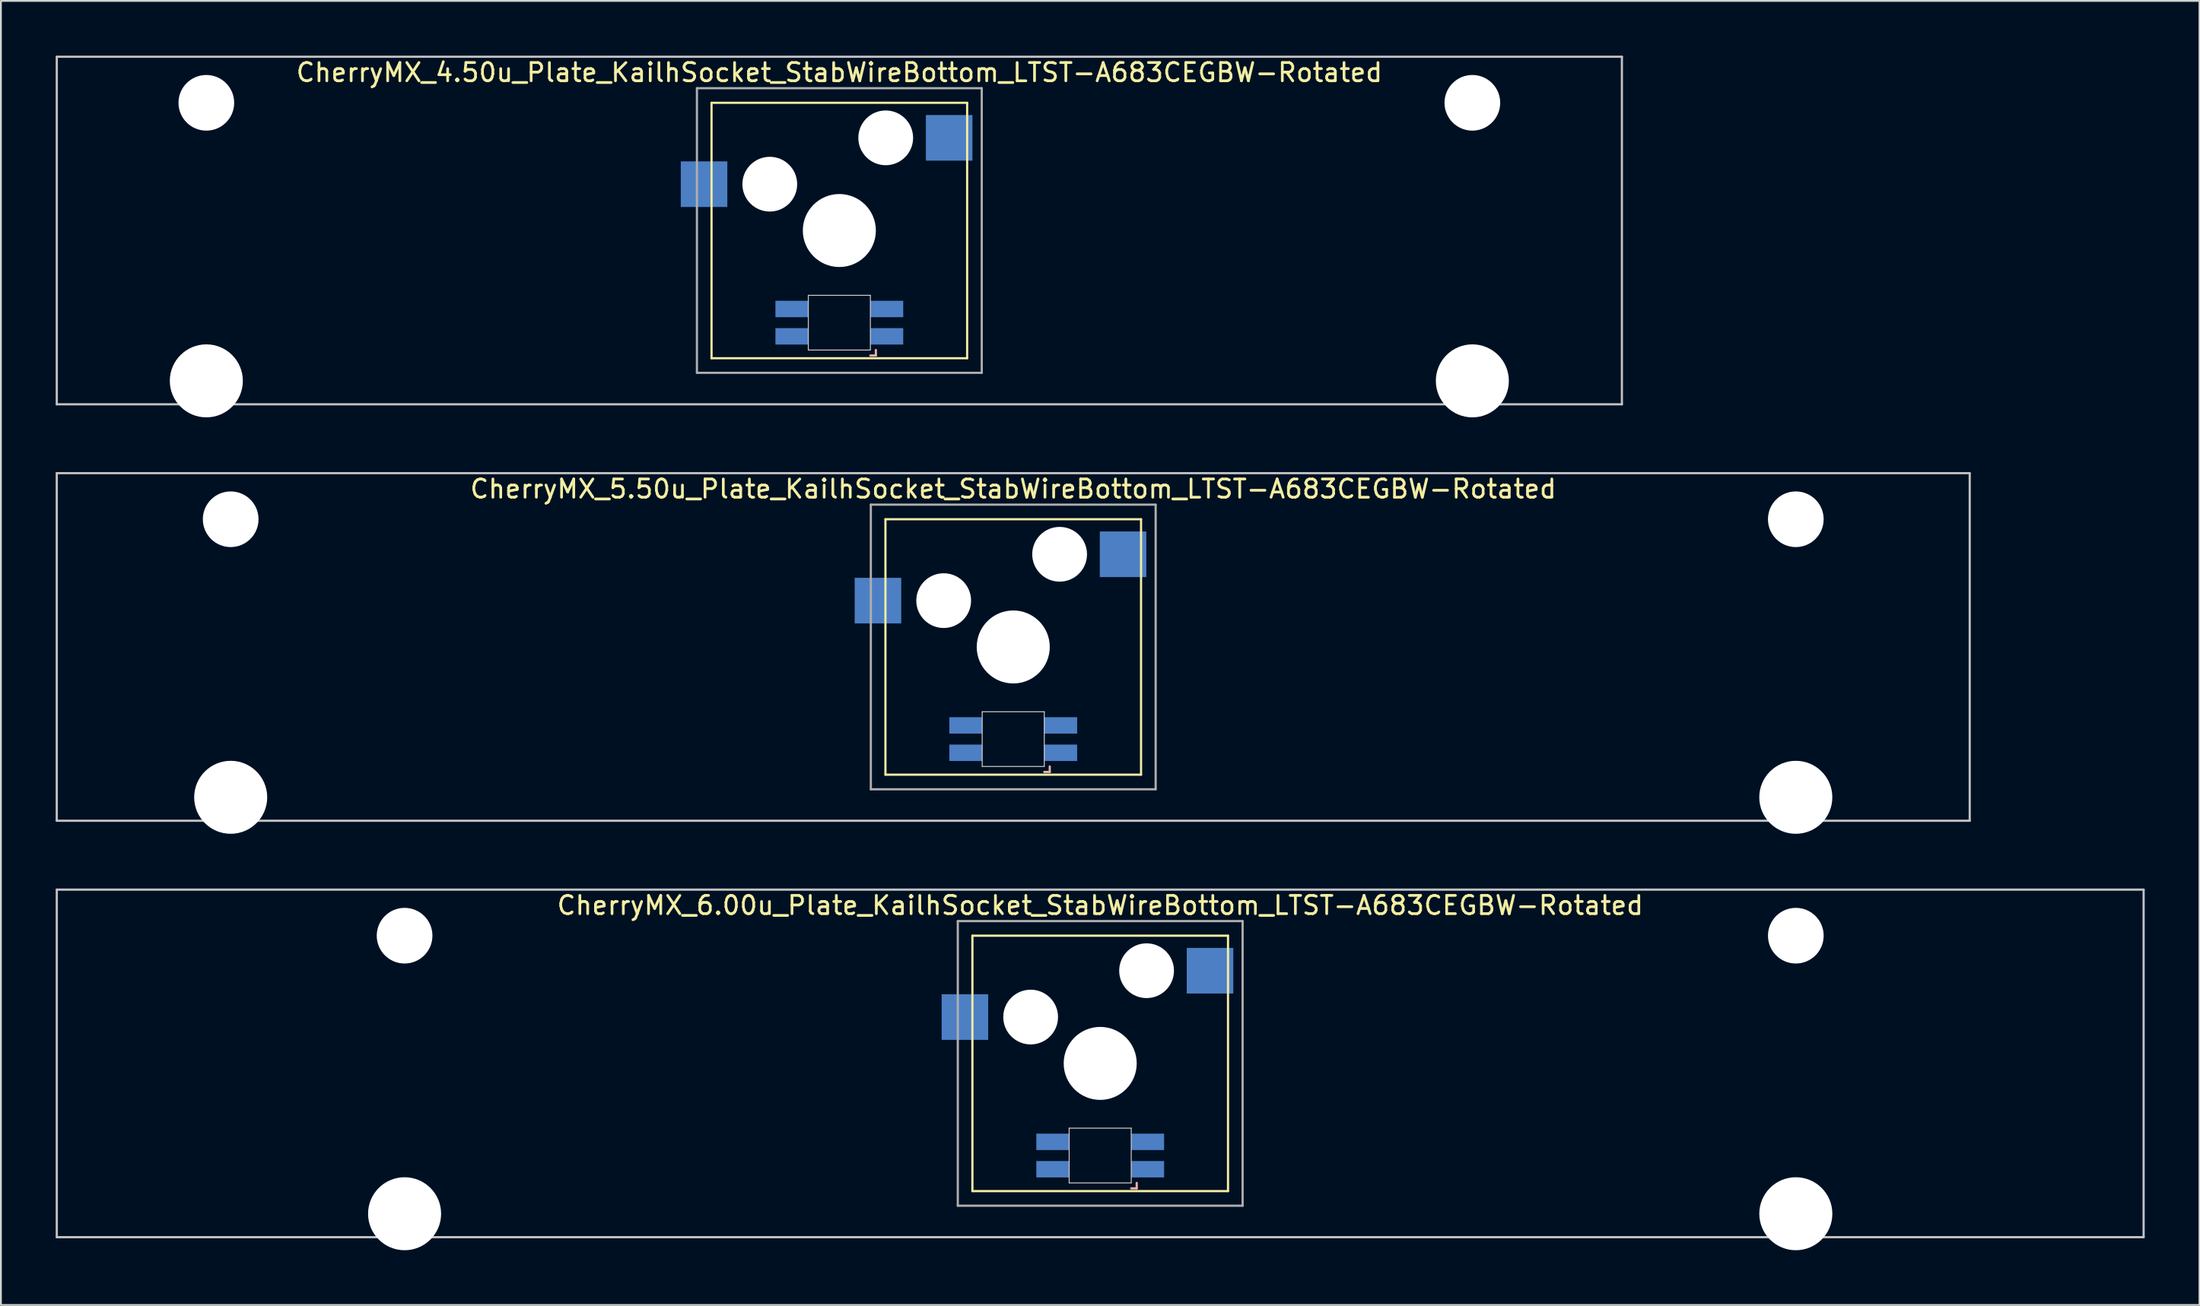
<source format=kicad_pcb>
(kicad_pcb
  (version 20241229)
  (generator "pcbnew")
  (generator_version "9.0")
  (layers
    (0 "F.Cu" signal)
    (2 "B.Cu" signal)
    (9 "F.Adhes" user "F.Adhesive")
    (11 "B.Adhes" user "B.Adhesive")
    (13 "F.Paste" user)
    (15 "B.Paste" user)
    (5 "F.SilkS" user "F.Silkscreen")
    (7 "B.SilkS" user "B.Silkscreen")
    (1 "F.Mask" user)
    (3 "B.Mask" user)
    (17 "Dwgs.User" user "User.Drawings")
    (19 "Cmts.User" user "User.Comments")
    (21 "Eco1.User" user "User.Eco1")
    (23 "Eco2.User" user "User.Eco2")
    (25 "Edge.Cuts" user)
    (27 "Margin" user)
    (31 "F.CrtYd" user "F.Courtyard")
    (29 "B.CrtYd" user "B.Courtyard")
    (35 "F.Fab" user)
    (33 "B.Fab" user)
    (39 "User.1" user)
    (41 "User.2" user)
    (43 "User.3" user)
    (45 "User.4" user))
  (footprint "CherryMX_6.00u_Plate_KailhSocket_StabWireBottom_LTST-A683CEGBW-Rotated"
    (layer "F.Cu")
    (at 57.21 55.235)
    (property "Reference" "CherryMX_6.00u_Plate_KailhSocket_StabWireBottom_LTST-A683CEGBW-Rotated" (at 0 -8.662 0) (layer "F.SilkS") (effects (font (size 1 1) (thickness 0.15))))
    (attr through_hole)
    (fp_line (start -7 -7) (end -7 7) (stroke (width 0.12) (type solid)) (layer "F.SilkS"))
    (fp_line (start -7 -7) (end 7 -7) (stroke (width 0.12) (type solid)) (layer "F.SilkS"))
    (fp_line (start 7 -7) (end 7 7) (stroke (width 0.12) (type solid)) (layer "F.SilkS"))
    (fp_line (start 7 7) (end -7 7) (stroke (width 0.12) (type solid)) (layer "F.SilkS"))
    (fp_line (start 1.7 6.85) (end 2 6.85) (stroke (width 0.12) (type solid)) (layer "B.SilkS"))
    (fp_line (start 2 6.85) (end 2 6.55) (stroke (width 0.12) (type solid)) (layer "B.SilkS"))
    (fp_line (start -57.15 -9.525) (end 57.15 -9.525) (stroke (width 0.12) (type solid)) (layer "Dwgs.User"))
    (fp_line (start -57.15 9.525) (end -57.15 -9.525) (stroke (width 0.12) (type solid)) (layer "Dwgs.User"))
    (fp_line (start 57.15 -9.525) (end 57.15 9.525) (stroke (width 0.12) (type solid)) (layer "Dwgs.User"))
    (fp_line (start 57.15 9.525) (end -57.15 9.525) (stroke (width 0.12) (type solid)) (layer "Dwgs.User"))
    (fp_line (start -1.7 3.55) (end 1.7 3.55) (stroke (width 0.05) (type solid)) (layer "Edge.Cuts"))
    (fp_line (start -1.7 6.55) (end -1.7 3.55) (stroke (width 0.05) (type solid)) (layer "Edge.Cuts"))
    (fp_line (start 1.7 3.55) (end 1.7 6.55) (stroke (width 0.05) (type solid)) (layer "Edge.Cuts"))
    (fp_line (start 1.7 6.55) (end -1.7 6.55) (stroke (width 0.05) (type solid)) (layer "Edge.Cuts"))
    (fp_line (start -7.8 -7.8) (end -7.8 7.8) (stroke (width 0.12) (type solid)) (layer "F.Fab"))
    (fp_line (start -7.8 -7.8) (end 7.8 -7.8) (stroke (width 0.12) (type solid)) (layer "F.Fab"))
    (fp_line (start -7.8 7.8) (end 7.8 7.8) (stroke (width 0.12) (type solid)) (layer "F.Fab"))
    (fp_line (start 7.8 -7.8) (end 7.8 7.8) (stroke (width 0.12) (type solid)) (layer "F.Fab"))
    (pad "" np_thru_hole circle (at -38.1 -7) (size 3.05 3.05) (drill 3.05) (layers "*.Cu" "*.Mask"))
    (pad "" np_thru_hole circle (at -38.1 8.24) (size 4 4) (drill 4) (layers "*.Cu" "*.Mask"))
    (pad "" np_thru_hole circle (at -3.81 -2.54) (size 3 3) (drill 3) (layers "*.Cu" "*.Mask"))
    (pad "" np_thru_hole circle (at 0 0) (size 4 4) (drill 4) (layers "*.Cu" "*.Mask"))
    (pad "" np_thru_hole circle (at 2.54 -5.08) (size 3 3) (drill 3) (layers "*.Cu" "*.Mask"))
    (pad "" np_thru_hole circle (at 38.1 -7) (size 3.05 3.05) (drill 3.05) (layers "*.Cu" "*.Mask"))
    (pad "" np_thru_hole circle (at 38.1 8.24) (size 4 4) (drill 4) (layers "*.Cu" "*.Mask"))
    (pad "1" smd rect (at -7.41 -2.54) (size 2.55 2.5) (layers "B.Cu" "B.Mask" "B.Paste"))
    (pad "2" smd rect (at 6.015 -5.08) (size 2.55 2.5) (layers "B.Cu" "B.Mask" "B.Paste"))
    (pad "3" smd rect (at 2.6 5.8 180) (size 1.8 0.9) (layers "B.Cu" "B.Mask" "B.Paste"))
    (pad "4" smd rect (at 2.6 4.3 180) (size 1.8 0.9) (layers "B.Cu" "B.Mask" "B.Paste"))
    (pad "5" smd rect (at -2.6 5.8 180) (size 1.8 0.9) (layers "B.Cu" "B.Mask" "B.Paste"))
    (pad "6" smd rect (at -2.6 4.3 180) (size 1.8 0.9) (layers "B.Cu" "B.Mask" "B.Paste")))
  (footprint "CherryMX_4.50u_Plate_KailhSocket_StabWireBottom_LTST-A683CEGBW-Rotated"
    (layer "F.Cu")
    (at 42.922 9.585)
    (property "Reference" "CherryMX_4.50u_Plate_KailhSocket_StabWireBottom_LTST-A683CEGBW-Rotated" (at 0 -8.662 0) (layer "F.SilkS") (effects (font (size 1 1) (thickness 0.15))))
    (attr through_hole)
    (fp_line (start -7 -7) (end -7 7) (stroke (width 0.12) (type solid)) (layer "F.SilkS"))
    (fp_line (start -7 -7) (end 7 -7) (stroke (width 0.12) (type solid)) (layer "F.SilkS"))
    (fp_line (start 7 -7) (end 7 7) (stroke (width 0.12) (type solid)) (layer "F.SilkS"))
    (fp_line (start 7 7) (end -7 7) (stroke (width 0.12) (type solid)) (layer "F.SilkS"))
    (fp_line (start 1.7 6.85) (end 2 6.85) (stroke (width 0.12) (type solid)) (layer "B.SilkS"))
    (fp_line (start 2 6.85) (end 2 6.55) (stroke (width 0.12) (type solid)) (layer "B.SilkS"))
    (fp_line (start -42.862 -9.525) (end 42.862 -9.525) (stroke (width 0.12) (type solid)) (layer "Dwgs.User"))
    (fp_line (start -42.862 9.525) (end -42.862 -9.525) (stroke (width 0.12) (type solid)) (layer "Dwgs.User"))
    (fp_line (start 42.862 -9.525) (end 42.862 9.525) (stroke (width 0.12) (type solid)) (layer "Dwgs.User"))
    (fp_line (start 42.862 9.525) (end -42.862 9.525) (stroke (width 0.12) (type solid)) (layer "Dwgs.User"))
    (fp_line (start -1.7 3.55) (end 1.7 3.55) (stroke (width 0.05) (type solid)) (layer "Edge.Cuts"))
    (fp_line (start -1.7 6.55) (end -1.7 3.55) (stroke (width 0.05) (type solid)) (layer "Edge.Cuts"))
    (fp_line (start 1.7 3.55) (end 1.7 6.55) (stroke (width 0.05) (type solid)) (layer "Edge.Cuts"))
    (fp_line (start 1.7 6.55) (end -1.7 6.55) (stroke (width 0.05) (type solid)) (layer "Edge.Cuts"))
    (fp_line (start -7.8 -7.8) (end -7.8 7.8) (stroke (width 0.12) (type solid)) (layer "F.Fab"))
    (fp_line (start -7.8 -7.8) (end 7.8 -7.8) (stroke (width 0.12) (type solid)) (layer "F.Fab"))
    (fp_line (start -7.8 7.8) (end 7.8 7.8) (stroke (width 0.12) (type solid)) (layer "F.Fab"))
    (fp_line (start 7.8 -7.8) (end 7.8 7.8) (stroke (width 0.12) (type solid)) (layer "F.Fab"))
    (pad "" np_thru_hole circle (at -34.671 -7) (size 3.05 3.05) (drill 3.05) (layers "*.Cu" "*.Mask"))
    (pad "" np_thru_hole circle (at -34.671 8.24) (size 4 4) (drill 4) (layers "*.Cu" "*.Mask"))
    (pad "" np_thru_hole circle (at -3.81 -2.54) (size 3 3) (drill 3) (layers "*.Cu" "*.Mask"))
    (pad "" np_thru_hole circle (at 0 0) (size 4 4) (drill 4) (layers "*.Cu" "*.Mask"))
    (pad "" np_thru_hole circle (at 2.54 -5.08) (size 3 3) (drill 3) (layers "*.Cu" "*.Mask"))
    (pad "" np_thru_hole circle (at 34.671 -7) (size 3.05 3.05) (drill 3.05) (layers "*.Cu" "*.Mask"))
    (pad "" np_thru_hole circle (at 34.671 8.24) (size 4 4) (drill 4) (layers "*.Cu" "*.Mask"))
    (pad "1" smd rect (at -7.41 -2.54) (size 2.55 2.5) (layers "B.Cu" "B.Mask" "B.Paste"))
    (pad "2" smd rect (at 6.015 -5.08) (size 2.55 2.5) (layers "B.Cu" "B.Mask" "B.Paste"))
    (pad "3" smd rect (at 2.6 5.8) (size 1.8 0.9) (layers "B.Cu" "B.Mask" "B.Paste"))
    (pad "4" smd rect (at 2.6 4.3) (size 1.8 0.9) (layers "B.Cu" "B.Mask" "B.Paste"))
    (pad "5" smd rect (at -2.6 5.8) (size 1.8 0.9) (layers "B.Cu" "B.Mask" "B.Paste"))
    (pad "6" smd rect (at -2.6 4.3) (size 1.8 0.9) (layers "B.Cu" "B.Mask" "B.Paste")))
  (footprint "CherryMX_5.50u_Plate_KailhSocket_StabWireBottom_LTST-A683CEGBW-Rotated"
    (layer "F.Cu")
    (at 52.447 32.41)
    (property "Reference" "CherryMX_5.50u_Plate_KailhSocket_StabWireBottom_LTST-A683CEGBW-Rotated" (at 0 -8.662 0) (layer "F.SilkS") (effects (font (size 1 1) (thickness 0.15))))
    (attr through_hole)
    (fp_line (start -7 -7) (end -7 7) (stroke (width 0.12) (type solid)) (layer "F.SilkS"))
    (fp_line (start -7 -7) (end 7 -7) (stroke (width 0.12) (type solid)) (layer "F.SilkS"))
    (fp_line (start 7 -7) (end 7 7) (stroke (width 0.12) (type solid)) (layer "F.SilkS"))
    (fp_line (start 7 7) (end -7 7) (stroke (width 0.12) (type solid)) (layer "F.SilkS"))
    (fp_line (start 1.7 6.85) (end 2 6.85) (stroke (width 0.12) (type solid)) (layer "B.SilkS"))
    (fp_line (start 2 6.85) (end 2 6.55) (stroke (width 0.12) (type solid)) (layer "B.SilkS"))
    (fp_line (start -52.388 -9.525) (end 52.388 -9.525) (stroke (width 0.12) (type solid)) (layer "Dwgs.User"))
    (fp_line (start -52.388 9.525) (end -52.388 -9.525) (stroke (width 0.12) (type solid)) (layer "Dwgs.User"))
    (fp_line (start 52.388 -9.525) (end 52.388 9.525) (stroke (width 0.12) (type solid)) (layer "Dwgs.User"))
    (fp_line (start 52.388 9.525) (end -52.388 9.525) (stroke (width 0.12) (type solid)) (layer "Dwgs.User"))
    (fp_line (start -1.7 3.55) (end 1.7 3.55) (stroke (width 0.05) (type solid)) (layer "Edge.Cuts"))
    (fp_line (start -1.7 6.55) (end -1.7 3.55) (stroke (width 0.05) (type solid)) (layer "Edge.Cuts"))
    (fp_line (start 1.7 3.55) (end 1.7 6.55) (stroke (width 0.05) (type solid)) (layer "Edge.Cuts"))
    (fp_line (start 1.7 6.55) (end -1.7 6.55) (stroke (width 0.05) (type solid)) (layer "Edge.Cuts"))
    (fp_line (start -7.8 -7.8) (end -7.8 7.8) (stroke (width 0.12) (type solid)) (layer "F.Fab"))
    (fp_line (start -7.8 -7.8) (end 7.8 -7.8) (stroke (width 0.12) (type solid)) (layer "F.Fab"))
    (fp_line (start -7.8 7.8) (end 7.8 7.8) (stroke (width 0.12) (type solid)) (layer "F.Fab"))
    (fp_line (start 7.8 -7.8) (end 7.8 7.8) (stroke (width 0.12) (type solid)) (layer "F.Fab"))
    (pad "" np_thru_hole circle (at -42.862 -7) (size 3.05 3.05) (drill 3.05) (layers "*.Cu" "*.Mask"))
    (pad "" np_thru_hole circle (at -42.862 8.24) (size 4 4) (drill 4) (layers "*.Cu" "*.Mask"))
    (pad "" np_thru_hole circle (at -3.81 -2.54) (size 3 3) (drill 3) (layers "*.Cu" "*.Mask"))
    (pad "" np_thru_hole circle (at 0 0) (size 4 4) (drill 4) (layers "*.Cu" "*.Mask"))
    (pad "" np_thru_hole circle (at 2.54 -5.08) (size 3 3) (drill 3) (layers "*.Cu" "*.Mask"))
    (pad "" np_thru_hole circle (at 42.862 -7) (size 3.05 3.05) (drill 3.05) (layers "*.Cu" "*.Mask"))
    (pad "" np_thru_hole circle (at 42.862 8.24) (size 4 4) (drill 4) (layers "*.Cu" "*.Mask"))
    (pad "1" smd rect (at -7.41 -2.54) (size 2.55 2.5) (layers "B.Cu" "B.Mask" "B.Paste"))
    (pad "2" smd rect (at 6.015 -5.08) (size 2.55 2.5) (layers "B.Cu" "B.Mask" "B.Paste"))
    (pad "3" smd rect (at 2.6 5.8) (size 1.8 0.9) (layers "B.Cu" "B.Mask" "B.Paste"))
    (pad "4" smd rect (at 2.6 4.3) (size 1.8 0.9) (layers "B.Cu" "B.Mask" "B.Paste"))
    (pad "5" smd rect (at -2.6 5.8) (size 1.8 0.9) (layers "B.Cu" "B.Mask" "B.Paste"))
    (pad "6" smd rect (at -2.6 4.3) (size 1.8 0.9) (layers "B.Cu" "B.Mask" "B.Paste")))
  (gr_rect
    (start -3 -3)
    (end 117.42 68.475)
    (stroke (width 0.1) (type default))
    (fill no)
    (layer "Edge.Cuts")))
</source>
